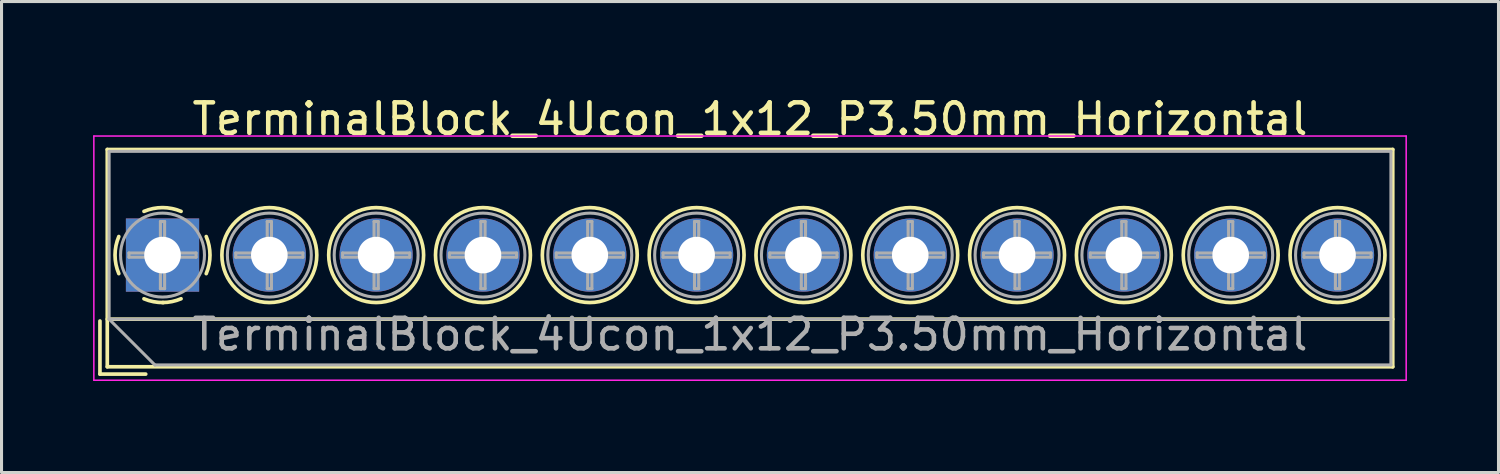
<source format=kicad_pcb>
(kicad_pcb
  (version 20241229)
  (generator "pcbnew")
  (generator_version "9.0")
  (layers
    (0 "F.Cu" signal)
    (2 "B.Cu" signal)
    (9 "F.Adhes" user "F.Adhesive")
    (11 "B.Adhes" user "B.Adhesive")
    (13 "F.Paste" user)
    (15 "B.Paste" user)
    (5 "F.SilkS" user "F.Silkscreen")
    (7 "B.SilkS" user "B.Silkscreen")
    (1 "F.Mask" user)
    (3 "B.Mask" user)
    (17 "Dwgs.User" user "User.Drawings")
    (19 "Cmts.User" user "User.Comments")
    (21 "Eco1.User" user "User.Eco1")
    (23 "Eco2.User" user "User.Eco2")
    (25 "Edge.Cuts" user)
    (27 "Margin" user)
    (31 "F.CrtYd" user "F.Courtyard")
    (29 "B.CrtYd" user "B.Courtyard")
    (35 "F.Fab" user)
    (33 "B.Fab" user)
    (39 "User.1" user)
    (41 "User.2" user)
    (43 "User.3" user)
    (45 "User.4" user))
  (footprint "TerminalBlock_4Ucon_1x12_P3.50mm_Horizontal"
    (layer "F.Cu")
    (at 2.275 5.308)
    (property "Reference" "TerminalBlock_4Ucon_1x12_P3.50mm_Horizontal" (at 19.25 -4.46 0) (layer "F.SilkS") (effects (font (size 1 1) (thickness 0.15))))
    (attr through_hole)
    (fp_line (start -2.05 2.16) (end -2.05 3.9) (stroke (width 0.12) (type solid)) (layer "F.SilkS"))
    (fp_line (start -2.05 3.9) (end -0.55 3.9) (stroke (width 0.12) (type solid)) (layer "F.SilkS"))
    (fp_line (start -1.81 -3.46) (end -1.81 3.66) (stroke (width 0.12) (type solid)) (layer "F.SilkS"))
    (fp_line (start -1.81 2.1) (end 40.31 2.1) (stroke (width 0.12) (type solid)) (layer "F.SilkS"))
    (fp_line (start -1.81 3.66) (end 40.31 3.66) (stroke (width 0.12) (type solid)) (layer "F.SilkS"))
    (fp_line (start 40.31 -3.46) (end -1.81 -3.46) (stroke (width 0.12) (type solid)) (layer "F.SilkS"))
    (fp_line (start 40.31 3.66) (end 40.31 -3.46) (stroke (width 0.12) (type solid)) (layer "F.SilkS"))
    (fp_arc (start -1.432109 0.607742) (mid -1.555727 -0.00014) (end -1.432 -0.608) (stroke (width 0.12) (type solid)) (layer "F.SilkS"))
    (fp_arc (start -0.607742 -1.432109) (mid 0.00014 -1.555727) (end 0.608 -1.432) (stroke (width 0.12) (type solid)) (layer "F.SilkS"))
    (fp_arc (start 0.027011 1.555493) (mid -0.296984 1.527118) (end -0.608 1.432) (stroke (width 0.12) (type solid)) (layer "F.SilkS"))
    (fp_arc (start 0.607587 1.431385) (mid 0.310017 1.523783) (end 0 1.555) (stroke (width 0.12) (type solid)) (layer "F.SilkS"))
    (fp_arc (start 1.432109 -0.607742) (mid 1.555727 0.00014) (end 1.432 0.608) (stroke (width 0.12) (type solid)) (layer "F.SilkS"))
    (fp_circle (center 3.5 0) (end 5.055 0) (stroke (width 0.12) (type solid)) (fill no) (layer "F.SilkS"))
    (fp_circle (center 7 0) (end 8.555 0) (stroke (width 0.12) (type solid)) (fill no) (layer "F.SilkS"))
    (fp_circle (center 10.5 0) (end 12.055 0) (stroke (width 0.12) (type solid)) (fill no) (layer "F.SilkS"))
    (fp_circle (center 14 0) (end 15.555 0) (stroke (width 0.12) (type solid)) (fill no) (layer "F.SilkS"))
    (fp_circle (center 17.5 0) (end 19.055 0) (stroke (width 0.12) (type solid)) (fill no) (layer "F.SilkS"))
    (fp_circle (center 21 0) (end 22.555 0) (stroke (width 0.12) (type solid)) (fill no) (layer "F.SilkS"))
    (fp_circle (center 24.5 0) (end 26.055 0) (stroke (width 0.12) (type solid)) (fill no) (layer "F.SilkS"))
    (fp_circle (center 28 0) (end 29.555 0) (stroke (width 0.12) (type solid)) (fill no) (layer "F.SilkS"))
    (fp_circle (center 31.5 0) (end 33.055 0) (stroke (width 0.12) (type solid)) (fill no) (layer "F.SilkS"))
    (fp_circle (center 35 0) (end 36.555 0) (stroke (width 0.12) (type solid)) (fill no) (layer "F.SilkS"))
    (fp_circle (center 38.5 0) (end 40.055 0) (stroke (width 0.12) (type solid)) (fill no) (layer "F.SilkS"))
    (fp_line (start -2.25 -3.9) (end -2.25 4.1) (stroke (width 0.05) (type solid)) (layer "F.CrtYd"))
    (fp_line (start -2.25 4.1) (end 40.75 4.1) (stroke (width 0.05) (type solid)) (layer "F.CrtYd"))
    (fp_line (start 40.75 -3.9) (end -2.25 -3.9) (stroke (width 0.05) (type solid)) (layer "F.CrtYd"))
    (fp_line (start 40.75 4.1) (end 40.75 -3.9) (stroke (width 0.05) (type solid)) (layer "F.CrtYd"))
    (fp_line (start -1.75 -3.4) (end 40.25 -3.4) (stroke (width 0.1) (type solid)) (layer "F.Fab"))
    (fp_line (start -1.75 2.1) (end -1.75 -3.4) (stroke (width 0.1) (type solid)) (layer "F.Fab"))
    (fp_line (start -1.75 2.1) (end 40.25 2.1) (stroke (width 0.1) (type solid)) (layer "F.Fab"))
    (fp_line (start -1.1 -0.069) (end -0.069 -0.069) (stroke (width 0.1) (type solid)) (layer "F.Fab"))
    (fp_line (start -1.1 0.069) (end -1.1 -0.069) (stroke (width 0.1) (type solid)) (layer "F.Fab"))
    (fp_line (start -0.25 3.6) (end -1.75 2.1) (stroke (width 0.1) (type solid)) (layer "F.Fab"))
    (fp_line (start -0.069 -1.1) (end 0.069 -1.1) (stroke (width 0.1) (type solid)) (layer "F.Fab"))
    (fp_line (start -0.069 -0.069) (end -0.069 -1.1) (stroke (width 0.1) (type solid)) (layer "F.Fab"))
    (fp_line (start -0.069 0.069) (end -1.1 0.069) (stroke (width 0.1) (type solid)) (layer "F.Fab"))
    (fp_line (start -0.069 1.1) (end -0.069 0.069) (stroke (width 0.1) (type solid)) (layer "F.Fab"))
    (fp_line (start 0.069 -1.1) (end 0.069 -0.069) (stroke (width 0.1) (type solid)) (layer "F.Fab"))
    (fp_line (start 0.069 -0.069) (end 1.1 -0.069) (stroke (width 0.1) (type solid)) (layer "F.Fab"))
    (fp_line (start 0.069 0.069) (end 0.069 1.1) (stroke (width 0.1) (type solid)) (layer "F.Fab"))
    (fp_line (start 0.069 1.1) (end -0.069 1.1) (stroke (width 0.1) (type solid)) (layer "F.Fab"))
    (fp_line (start 1.1 -0.069) (end 1.1 0.069) (stroke (width 0.1) (type solid)) (layer "F.Fab"))
    (fp_line (start 1.1 0.069) (end 0.069 0.069) (stroke (width 0.1) (type solid)) (layer "F.Fab"))
    (fp_line (start 2.4 -0.069) (end 3.431 -0.069) (stroke (width 0.1) (type solid)) (layer "F.Fab"))
    (fp_line (start 2.4 0.069) (end 2.4 -0.069) (stroke (width 0.1) (type solid)) (layer "F.Fab"))
    (fp_line (start 3.431 -1.1) (end 3.569 -1.1) (stroke (width 0.1) (type solid)) (layer "F.Fab"))
    (fp_line (start 3.431 -0.069) (end 3.431 -1.1) (stroke (width 0.1) (type solid)) (layer "F.Fab"))
    (fp_line (start 3.431 0.069) (end 2.4 0.069) (stroke (width 0.1) (type solid)) (layer "F.Fab"))
    (fp_line (start 3.431 1.1) (end 3.431 0.069) (stroke (width 0.1) (type solid)) (layer "F.Fab"))
    (fp_line (start 3.569 -1.1) (end 3.569 -0.069) (stroke (width 0.1) (type solid)) (layer "F.Fab"))
    (fp_line (start 3.569 -0.069) (end 4.6 -0.069) (stroke (width 0.1) (type solid)) (layer "F.Fab"))
    (fp_line (start 3.569 0.069) (end 3.569 1.1) (stroke (width 0.1) (type solid)) (layer "F.Fab"))
    (fp_line (start 3.569 1.1) (end 3.431 1.1) (stroke (width 0.1) (type solid)) (layer "F.Fab"))
    (fp_line (start 4.6 -0.069) (end 4.6 0.069) (stroke (width 0.1) (type solid)) (layer "F.Fab"))
    (fp_line (start 4.6 0.069) (end 3.569 0.069) (stroke (width 0.1) (type solid)) (layer "F.Fab"))
    (fp_line (start 5.9 -0.069) (end 6.931 -0.069) (stroke (width 0.1) (type solid)) (layer "F.Fab"))
    (fp_line (start 5.9 0.069) (end 5.9 -0.069) (stroke (width 0.1) (type solid)) (layer "F.Fab"))
    (fp_line (start 6.931 -1.1) (end 7.069 -1.1) (stroke (width 0.1) (type solid)) (layer "F.Fab"))
    (fp_line (start 6.931 -0.069) (end 6.931 -1.1) (stroke (width 0.1) (type solid)) (layer "F.Fab"))
    (fp_line (start 6.931 0.069) (end 5.9 0.069) (stroke (width 0.1) (type solid)) (layer "F.Fab"))
    (fp_line (start 6.931 1.1) (end 6.931 0.069) (stroke (width 0.1) (type solid)) (layer "F.Fab"))
    (fp_line (start 7.069 -1.1) (end 7.069 -0.069) (stroke (width 0.1) (type solid)) (layer "F.Fab"))
    (fp_line (start 7.069 -0.069) (end 8.1 -0.069) (stroke (width 0.1) (type solid)) (layer "F.Fab"))
    (fp_line (start 7.069 0.069) (end 7.069 1.1) (stroke (width 0.1) (type solid)) (layer "F.Fab"))
    (fp_line (start 7.069 1.1) (end 6.931 1.1) (stroke (width 0.1) (type solid)) (layer "F.Fab"))
    (fp_line (start 8.1 -0.069) (end 8.1 0.069) (stroke (width 0.1) (type solid)) (layer "F.Fab"))
    (fp_line (start 8.1 0.069) (end 7.069 0.069) (stroke (width 0.1) (type solid)) (layer "F.Fab"))
    (fp_line (start 9.4 -0.069) (end 10.431 -0.069) (stroke (width 0.1) (type solid)) (layer "F.Fab"))
    (fp_line (start 9.4 0.069) (end 9.4 -0.069) (stroke (width 0.1) (type solid)) (layer "F.Fab"))
    (fp_line (start 10.431 -1.1) (end 10.569 -1.1) (stroke (width 0.1) (type solid)) (layer "F.Fab"))
    (fp_line (start 10.431 -0.069) (end 10.431 -1.1) (stroke (width 0.1) (type solid)) (layer "F.Fab"))
    (fp_line (start 10.431 0.069) (end 9.4 0.069) (stroke (width 0.1) (type solid)) (layer "F.Fab"))
    (fp_line (start 10.431 1.1) (end 10.431 0.069) (stroke (width 0.1) (type solid)) (layer "F.Fab"))
    (fp_line (start 10.569 -1.1) (end 10.569 -0.069) (stroke (width 0.1) (type solid)) (layer "F.Fab"))
    (fp_line (start 10.569 -0.069) (end 11.6 -0.069) (stroke (width 0.1) (type solid)) (layer "F.Fab"))
    (fp_line (start 10.569 0.069) (end 10.569 1.1) (stroke (width 0.1) (type solid)) (layer "F.Fab"))
    (fp_line (start 10.569 1.1) (end 10.431 1.1) (stroke (width 0.1) (type solid)) (layer "F.Fab"))
    (fp_line (start 11.6 -0.069) (end 11.6 0.069) (stroke (width 0.1) (type solid)) (layer "F.Fab"))
    (fp_line (start 11.6 0.069) (end 10.569 0.069) (stroke (width 0.1) (type solid)) (layer "F.Fab"))
    (fp_line (start 12.9 -0.069) (end 13.931 -0.069) (stroke (width 0.1) (type solid)) (layer "F.Fab"))
    (fp_line (start 12.9 0.069) (end 12.9 -0.069) (stroke (width 0.1) (type solid)) (layer "F.Fab"))
    (fp_line (start 13.931 -1.1) (end 14.069 -1.1) (stroke (width 0.1) (type solid)) (layer "F.Fab"))
    (fp_line (start 13.931 -0.069) (end 13.931 -1.1) (stroke (width 0.1) (type solid)) (layer "F.Fab"))
    (fp_line (start 13.931 0.069) (end 12.9 0.069) (stroke (width 0.1) (type solid)) (layer "F.Fab"))
    (fp_line (start 13.931 1.1) (end 13.931 0.069) (stroke (width 0.1) (type solid)) (layer "F.Fab"))
    (fp_line (start 14.069 -1.1) (end 14.069 -0.069) (stroke (width 0.1) (type solid)) (layer "F.Fab"))
    (fp_line (start 14.069 -0.069) (end 15.1 -0.069) (stroke (width 0.1) (type solid)) (layer "F.Fab"))
    (fp_line (start 14.069 0.069) (end 14.069 1.1) (stroke (width 0.1) (type solid)) (layer "F.Fab"))
    (fp_line (start 14.069 1.1) (end 13.931 1.1) (stroke (width 0.1) (type solid)) (layer "F.Fab"))
    (fp_line (start 15.1 -0.069) (end 15.1 0.069) (stroke (width 0.1) (type solid)) (layer "F.Fab"))
    (fp_line (start 15.1 0.069) (end 14.069 0.069) (stroke (width 0.1) (type solid)) (layer "F.Fab"))
    (fp_line (start 16.4 -0.069) (end 17.431 -0.069) (stroke (width 0.1) (type solid)) (layer "F.Fab"))
    (fp_line (start 16.4 0.069) (end 16.4 -0.069) (stroke (width 0.1) (type solid)) (layer "F.Fab"))
    (fp_line (start 17.431 -1.1) (end 17.569 -1.1) (stroke (width 0.1) (type solid)) (layer "F.Fab"))
    (fp_line (start 17.431 -0.069) (end 17.431 -1.1) (stroke (width 0.1) (type solid)) (layer "F.Fab"))
    (fp_line (start 17.431 0.069) (end 16.4 0.069) (stroke (width 0.1) (type solid)) (layer "F.Fab"))
    (fp_line (start 17.431 1.1) (end 17.431 0.069) (stroke (width 0.1) (type solid)) (layer "F.Fab"))
    (fp_line (start 17.569 -1.1) (end 17.569 -0.069) (stroke (width 0.1) (type solid)) (layer "F.Fab"))
    (fp_line (start 17.569 -0.069) (end 18.6 -0.069) (stroke (width 0.1) (type solid)) (layer "F.Fab"))
    (fp_line (start 17.569 0.069) (end 17.569 1.1) (stroke (width 0.1) (type solid)) (layer "F.Fab"))
    (fp_line (start 17.569 1.1) (end 17.431 1.1) (stroke (width 0.1) (type solid)) (layer "F.Fab"))
    (fp_line (start 18.6 -0.069) (end 18.6 0.069) (stroke (width 0.1) (type solid)) (layer "F.Fab"))
    (fp_line (start 18.6 0.069) (end 17.569 0.069) (stroke (width 0.1) (type solid)) (layer "F.Fab"))
    (fp_line (start 19.9 -0.069) (end 20.931 -0.069) (stroke (width 0.1) (type solid)) (layer "F.Fab"))
    (fp_line (start 19.9 0.069) (end 19.9 -0.069) (stroke (width 0.1) (type solid)) (layer "F.Fab"))
    (fp_line (start 20.931 -1.1) (end 21.069 -1.1) (stroke (width 0.1) (type solid)) (layer "F.Fab"))
    (fp_line (start 20.931 -0.069) (end 20.931 -1.1) (stroke (width 0.1) (type solid)) (layer "F.Fab"))
    (fp_line (start 20.931 0.069) (end 19.9 0.069) (stroke (width 0.1) (type solid)) (layer "F.Fab"))
    (fp_line (start 20.931 1.1) (end 20.931 0.069) (stroke (width 0.1) (type solid)) (layer "F.Fab"))
    (fp_line (start 21.069 -1.1) (end 21.069 -0.069) (stroke (width 0.1) (type solid)) (layer "F.Fab"))
    (fp_line (start 21.069 -0.069) (end 22.1 -0.069) (stroke (width 0.1) (type solid)) (layer "F.Fab"))
    (fp_line (start 21.069 0.069) (end 21.069 1.1) (stroke (width 0.1) (type solid)) (layer "F.Fab"))
    (fp_line (start 21.069 1.1) (end 20.931 1.1) (stroke (width 0.1) (type solid)) (layer "F.Fab"))
    (fp_line (start 22.1 -0.069) (end 22.1 0.069) (stroke (width 0.1) (type solid)) (layer "F.Fab"))
    (fp_line (start 22.1 0.069) (end 21.069 0.069) (stroke (width 0.1) (type solid)) (layer "F.Fab"))
    (fp_line (start 23.4 -0.069) (end 24.431 -0.069) (stroke (width 0.1) (type solid)) (layer "F.Fab"))
    (fp_line (start 23.4 0.069) (end 23.4 -0.069) (stroke (width 0.1) (type solid)) (layer "F.Fab"))
    (fp_line (start 24.431 -1.1) (end 24.569 -1.1) (stroke (width 0.1) (type solid)) (layer "F.Fab"))
    (fp_line (start 24.431 -0.069) (end 24.431 -1.1) (stroke (width 0.1) (type solid)) (layer "F.Fab"))
    (fp_line (start 24.431 0.069) (end 23.4 0.069) (stroke (width 0.1) (type solid)) (layer "F.Fab"))
    (fp_line (start 24.431 1.1) (end 24.431 0.069) (stroke (width 0.1) (type solid)) (layer "F.Fab"))
    (fp_line (start 24.569 -1.1) (end 24.569 -0.069) (stroke (width 0.1) (type solid)) (layer "F.Fab"))
    (fp_line (start 24.569 -0.069) (end 25.6 -0.069) (stroke (width 0.1) (type solid)) (layer "F.Fab"))
    (fp_line (start 24.569 0.069) (end 24.569 1.1) (stroke (width 0.1) (type solid)) (layer "F.Fab"))
    (fp_line (start 24.569 1.1) (end 24.431 1.1) (stroke (width 0.1) (type solid)) (layer "F.Fab"))
    (fp_line (start 25.6 -0.069) (end 25.6 0.069) (stroke (width 0.1) (type solid)) (layer "F.Fab"))
    (fp_line (start 25.6 0.069) (end 24.569 0.069) (stroke (width 0.1) (type solid)) (layer "F.Fab"))
    (fp_line (start 26.9 -0.069) (end 27.931 -0.069) (stroke (width 0.1) (type solid)) (layer "F.Fab"))
    (fp_line (start 26.9 0.069) (end 26.9 -0.069) (stroke (width 0.1) (type solid)) (layer "F.Fab"))
    (fp_line (start 27.931 -1.1) (end 28.069 -1.1) (stroke (width 0.1) (type solid)) (layer "F.Fab"))
    (fp_line (start 27.931 -0.069) (end 27.931 -1.1) (stroke (width 0.1) (type solid)) (layer "F.Fab"))
    (fp_line (start 27.931 0.069) (end 26.9 0.069) (stroke (width 0.1) (type solid)) (layer "F.Fab"))
    (fp_line (start 27.931 1.1) (end 27.931 0.069) (stroke (width 0.1) (type solid)) (layer "F.Fab"))
    (fp_line (start 28.069 -1.1) (end 28.069 -0.069) (stroke (width 0.1) (type solid)) (layer "F.Fab"))
    (fp_line (start 28.069 -0.069) (end 29.1 -0.069) (stroke (width 0.1) (type solid)) (layer "F.Fab"))
    (fp_line (start 28.069 0.069) (end 28.069 1.1) (stroke (width 0.1) (type solid)) (layer "F.Fab"))
    (fp_line (start 28.069 1.1) (end 27.931 1.1) (stroke (width 0.1) (type solid)) (layer "F.Fab"))
    (fp_line (start 29.1 -0.069) (end 29.1 0.069) (stroke (width 0.1) (type solid)) (layer "F.Fab"))
    (fp_line (start 29.1 0.069) (end 28.069 0.069) (stroke (width 0.1) (type solid)) (layer "F.Fab"))
    (fp_line (start 30.4 -0.069) (end 31.431 -0.069) (stroke (width 0.1) (type solid)) (layer "F.Fab"))
    (fp_line (start 30.4 0.069) (end 30.4 -0.069) (stroke (width 0.1) (type solid)) (layer "F.Fab"))
    (fp_line (start 31.431 -1.1) (end 31.569 -1.1) (stroke (width 0.1) (type solid)) (layer "F.Fab"))
    (fp_line (start 31.431 -0.069) (end 31.431 -1.1) (stroke (width 0.1) (type solid)) (layer "F.Fab"))
    (fp_line (start 31.431 0.069) (end 30.4 0.069) (stroke (width 0.1) (type solid)) (layer "F.Fab"))
    (fp_line (start 31.431 1.1) (end 31.431 0.069) (stroke (width 0.1) (type solid)) (layer "F.Fab"))
    (fp_line (start 31.569 -1.1) (end 31.569 -0.069) (stroke (width 0.1) (type solid)) (layer "F.Fab"))
    (fp_line (start 31.569 -0.069) (end 32.6 -0.069) (stroke (width 0.1) (type solid)) (layer "F.Fab"))
    (fp_line (start 31.569 0.069) (end 31.569 1.1) (stroke (width 0.1) (type solid)) (layer "F.Fab"))
    (fp_line (start 31.569 1.1) (end 31.431 1.1) (stroke (width 0.1) (type solid)) (layer "F.Fab"))
    (fp_line (start 32.6 -0.069) (end 32.6 0.069) (stroke (width 0.1) (type solid)) (layer "F.Fab"))
    (fp_line (start 32.6 0.069) (end 31.569 0.069) (stroke (width 0.1) (type solid)) (layer "F.Fab"))
    (fp_line (start 33.9 -0.069) (end 34.931 -0.069) (stroke (width 0.1) (type solid)) (layer "F.Fab"))
    (fp_line (start 33.9 0.069) (end 33.9 -0.069) (stroke (width 0.1) (type solid)) (layer "F.Fab"))
    (fp_line (start 34.931 -1.1) (end 35.069 -1.1) (stroke (width 0.1) (type solid)) (layer "F.Fab"))
    (fp_line (start 34.931 -0.069) (end 34.931 -1.1) (stroke (width 0.1) (type solid)) (layer "F.Fab"))
    (fp_line (start 34.931 0.069) (end 33.9 0.069) (stroke (width 0.1) (type solid)) (layer "F.Fab"))
    (fp_line (start 34.931 1.1) (end 34.931 0.069) (stroke (width 0.1) (type solid)) (layer "F.Fab"))
    (fp_line (start 35.069 -1.1) (end 35.069 -0.069) (stroke (width 0.1) (type solid)) (layer "F.Fab"))
    (fp_line (start 35.069 -0.069) (end 36.1 -0.069) (stroke (width 0.1) (type solid)) (layer "F.Fab"))
    (fp_line (start 35.069 0.069) (end 35.069 1.1) (stroke (width 0.1) (type solid)) (layer "F.Fab"))
    (fp_line (start 35.069 1.1) (end 34.931 1.1) (stroke (width 0.1) (type solid)) (layer "F.Fab"))
    (fp_line (start 36.1 -0.069) (end 36.1 0.069) (stroke (width 0.1) (type solid)) (layer "F.Fab"))
    (fp_line (start 36.1 0.069) (end 35.069 0.069) (stroke (width 0.1) (type solid)) (layer "F.Fab"))
    (fp_line (start 37.4 -0.069) (end 38.431 -0.069) (stroke (width 0.1) (type solid)) (layer "F.Fab"))
    (fp_line (start 37.4 0.069) (end 37.4 -0.069) (stroke (width 0.1) (type solid)) (layer "F.Fab"))
    (fp_line (start 38.431 -1.1) (end 38.569 -1.1) (stroke (width 0.1) (type solid)) (layer "F.Fab"))
    (fp_line (start 38.431 -0.069) (end 38.431 -1.1) (stroke (width 0.1) (type solid)) (layer "F.Fab"))
    (fp_line (start 38.431 0.069) (end 37.4 0.069) (stroke (width 0.1) (type solid)) (layer "F.Fab"))
    (fp_line (start 38.431 1.1) (end 38.431 0.069) (stroke (width 0.1) (type solid)) (layer "F.Fab"))
    (fp_line (start 38.569 -1.1) (end 38.569 -0.069) (stroke (width 0.1) (type solid)) (layer "F.Fab"))
    (fp_line (start 38.569 -0.069) (end 39.6 -0.069) (stroke (width 0.1) (type solid)) (layer "F.Fab"))
    (fp_line (start 38.569 0.069) (end 38.569 1.1) (stroke (width 0.1) (type solid)) (layer "F.Fab"))
    (fp_line (start 38.569 1.1) (end 38.431 1.1) (stroke (width 0.1) (type solid)) (layer "F.Fab"))
    (fp_line (start 39.6 -0.069) (end 39.6 0.069) (stroke (width 0.1) (type solid)) (layer "F.Fab"))
    (fp_line (start 39.6 0.069) (end 38.569 0.069) (stroke (width 0.1) (type solid)) (layer "F.Fab"))
    (fp_line (start 40.25 -3.4) (end 40.25 3.6) (stroke (width 0.1) (type solid)) (layer "F.Fab"))
    (fp_line (start 40.25 3.6) (end -0.25 3.6) (stroke (width 0.1) (type solid)) (layer "F.Fab"))
    (fp_circle (center 0 0) (end 1.375 0) (stroke (width 0.1) (type solid)) (fill no) (layer "F.Fab"))
    (fp_circle (center 3.5 0) (end 4.875 0) (stroke (width 0.1) (type solid)) (fill no) (layer "F.Fab"))
    (fp_circle (center 7 0) (end 8.375 0) (stroke (width 0.1) (type solid)) (fill no) (layer "F.Fab"))
    (fp_circle (center 10.5 0) (end 11.875 0) (stroke (width 0.1) (type solid)) (fill no) (layer "F.Fab"))
    (fp_circle (center 14 0) (end 15.375 0) (stroke (width 0.1) (type solid)) (fill no) (layer "F.Fab"))
    (fp_circle (center 17.5 0) (end 18.875 0) (stroke (width 0.1) (type solid)) (fill no) (layer "F.Fab"))
    (fp_circle (center 21 0) (end 22.375 0) (stroke (width 0.1) (type solid)) (fill no) (layer "F.Fab"))
    (fp_circle (center 24.5 0) (end 25.875 0) (stroke (width 0.1) (type solid)) (fill no) (layer "F.Fab"))
    (fp_circle (center 28 0) (end 29.375 0) (stroke (width 0.1) (type solid)) (fill no) (layer "F.Fab"))
    (fp_circle (center 31.5 0) (end 32.875 0) (stroke (width 0.1) (type solid)) (fill no) (layer "F.Fab"))
    (fp_circle (center 35 0) (end 36.375 0) (stroke (width 0.1) (type solid)) (fill no) (layer "F.Fab"))
    (fp_circle (center 38.5 0) (end 39.875 0) (stroke (width 0.1) (type solid)) (fill no) (layer "F.Fab"))
    (fp_text user "${REFERENCE}" (at 19.25 2.6 0) (layer "F.Fab") (effects (font (size 1 1) (thickness 0.15))))
    (pad "1" thru_hole rect (at 0 0) (size 2.4 2.4) (drill 1.2) (layers "*.Cu" "*.Mask"))
    (pad "2" thru_hole circle (at 3.5 0) (size 2.4 2.4) (drill 1.2) (layers "*.Cu" "*.Mask"))
    (pad "3" thru_hole circle (at 7 0) (size 2.4 2.4) (drill 1.2) (layers "*.Cu" "*.Mask"))
    (pad "4" thru_hole circle (at 10.5 0) (size 2.4 2.4) (drill 1.2) (layers "*.Cu" "*.Mask"))
    (pad "5" thru_hole circle (at 14 0) (size 2.4 2.4) (drill 1.2) (layers "*.Cu" "*.Mask"))
    (pad "6" thru_hole circle (at 17.5 0) (size 2.4 2.4) (drill 1.2) (layers "*.Cu" "*.Mask"))
    (pad "7" thru_hole circle (at 21 0) (size 2.4 2.4) (drill 1.2) (layers "*.Cu" "*.Mask"))
    (pad "8" thru_hole circle (at 24.5 0) (size 2.4 2.4) (drill 1.2) (layers "*.Cu" "*.Mask"))
    (pad "9" thru_hole circle (at 28 0) (size 2.4 2.4) (drill 1.2) (layers "*.Cu" "*.Mask"))
    (pad "10" thru_hole circle (at 31.5 0) (size 2.4 2.4) (drill 1.2) (layers "*.Cu" "*.Mask"))
    (pad "11" thru_hole circle (at 35 0) (size 2.4 2.4) (drill 1.2) (layers "*.Cu" "*.Mask"))
    (pad "12" thru_hole circle (at 38.5 0) (size 2.4 2.4) (drill 1.2) (layers "*.Cu" "*.Mask")))
  (gr_rect
    (start -3 -3)
    (end 46.05 12.433)
    (stroke (width 0.1) (type default))
    (fill no)
    (layer "Edge.Cuts")))
</source>
